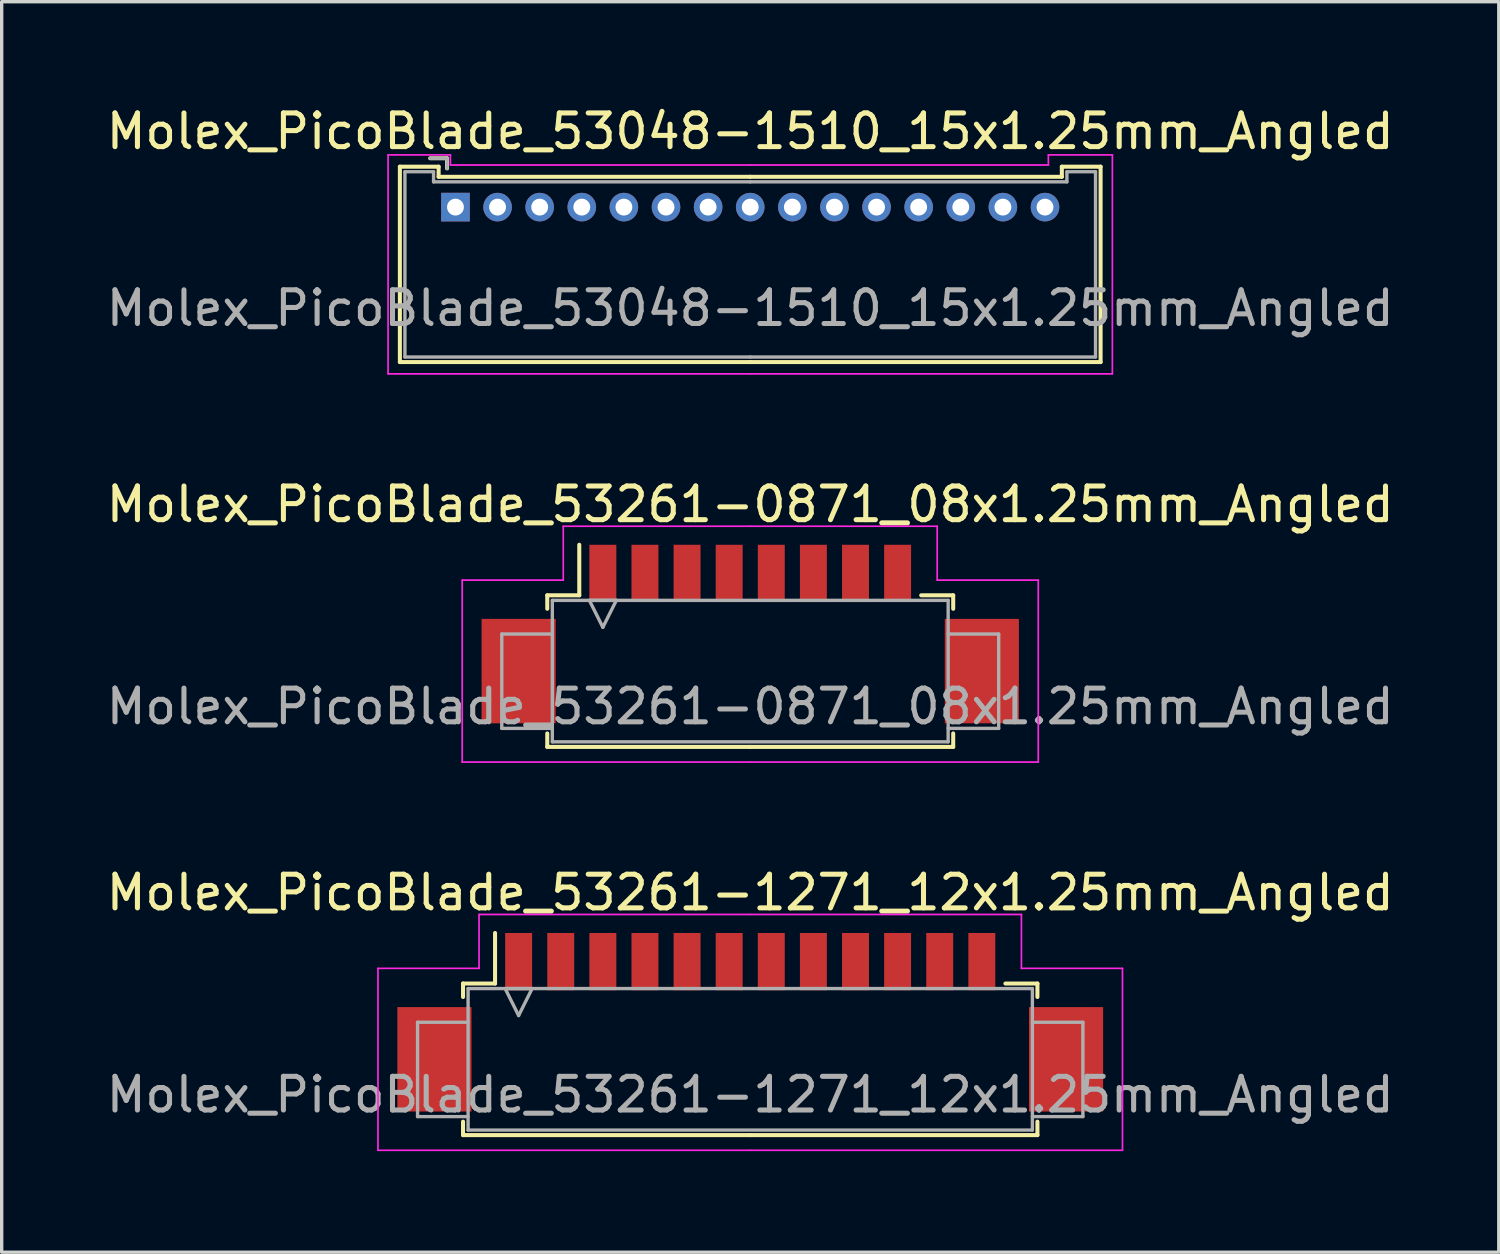
<source format=kicad_pcb>
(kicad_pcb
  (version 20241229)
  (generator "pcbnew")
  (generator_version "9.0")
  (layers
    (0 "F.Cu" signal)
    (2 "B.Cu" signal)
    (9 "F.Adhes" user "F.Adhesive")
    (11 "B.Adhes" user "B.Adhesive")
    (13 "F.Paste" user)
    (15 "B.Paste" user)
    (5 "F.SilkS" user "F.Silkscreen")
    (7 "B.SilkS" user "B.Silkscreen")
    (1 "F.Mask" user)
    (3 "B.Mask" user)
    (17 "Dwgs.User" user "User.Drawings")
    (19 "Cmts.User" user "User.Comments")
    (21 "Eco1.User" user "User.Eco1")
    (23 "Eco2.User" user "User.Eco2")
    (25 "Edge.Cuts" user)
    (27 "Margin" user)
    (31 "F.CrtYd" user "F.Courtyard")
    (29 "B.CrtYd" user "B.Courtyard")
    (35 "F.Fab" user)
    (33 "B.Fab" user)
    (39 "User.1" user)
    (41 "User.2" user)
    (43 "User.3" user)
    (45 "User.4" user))
  (footprint "Molex_PicoBlade_53048-1510_15x1.25mm_Angled"
    (layer "F.Cu")
    (at 10.47 3.098)
    (property "Reference" "Molex_PicoBlade_53048-1510_15x1.25mm_Angled" (at 8.75 -2.25 0) (layer "F.SilkS") (effects (font (size 1 1) (thickness 0.15))))
    (attr through_hole)
    (fp_line (start -1.65 -1.2) (end -1.65 4.6) (stroke (width 0.12) (type solid)) (layer "F.SilkS"))
    (fp_line (start -1.65 4.6) (end 8.75 4.6) (stroke (width 0.12) (type solid)) (layer "F.SilkS"))
    (fp_line (start -0.5 -1.2) (end -1.65 -1.2) (stroke (width 0.12) (type solid)) (layer "F.SilkS"))
    (fp_line (start -0.5 -0.9) (end -0.5 -1.2) (stroke (width 0.12) (type solid)) (layer "F.SilkS"))
    (fp_line (start -0.25 -1.45) (end -0.75 -1.45) (stroke (width 0.12) (type solid)) (layer "F.SilkS"))
    (fp_line (start -0.25 -1.15) (end -0.25 -1.45) (stroke (width 0.12) (type solid)) (layer "F.SilkS"))
    (fp_line (start 8.75 -0.9) (end -0.5 -0.9) (stroke (width 0.12) (type solid)) (layer "F.SilkS"))
    (fp_line (start 8.75 -0.9) (end 18 -0.9) (stroke (width 0.12) (type solid)) (layer "F.SilkS"))
    (fp_line (start 18 -1.2) (end 19.15 -1.2) (stroke (width 0.12) (type solid)) (layer "F.SilkS"))
    (fp_line (start 18 -0.9) (end 18 -1.2) (stroke (width 0.12) (type solid)) (layer "F.SilkS"))
    (fp_line (start 19.15 -1.2) (end 19.15 4.6) (stroke (width 0.12) (type solid)) (layer "F.SilkS"))
    (fp_line (start 19.15 4.6) (end 8.75 4.6) (stroke (width 0.12) (type solid)) (layer "F.SilkS"))
    (fp_line (start -2 -1.55) (end -2 4.95) (stroke (width 0.05) (type solid)) (layer "F.CrtYd"))
    (fp_line (start -2 4.95) (end 8.75 4.95) (stroke (width 0.05) (type solid)) (layer "F.CrtYd"))
    (fp_line (start -0.15 -1.55) (end -2 -1.55) (stroke (width 0.05) (type solid)) (layer "F.CrtYd"))
    (fp_line (start -0.15 -1.25) (end -0.15 -1.55) (stroke (width 0.05) (type solid)) (layer "F.CrtYd"))
    (fp_line (start 8.75 -1.25) (end -0.15 -1.25) (stroke (width 0.05) (type solid)) (layer "F.CrtYd"))
    (fp_line (start 8.75 -1.25) (end 17.6 -1.25) (stroke (width 0.05) (type solid)) (layer "F.CrtYd"))
    (fp_line (start 17.6 -1.55) (end 19.5 -1.55) (stroke (width 0.05) (type solid)) (layer "F.CrtYd"))
    (fp_line (start 17.6 -1.25) (end 17.6 -1.55) (stroke (width 0.05) (type solid)) (layer "F.CrtYd"))
    (fp_line (start 19.5 -1.55) (end 19.5 4.95) (stroke (width 0.05) (type solid)) (layer "F.CrtYd"))
    (fp_line (start 19.5 4.95) (end 8.75 4.95) (stroke (width 0.05) (type solid)) (layer "F.CrtYd"))
    (fp_line (start -1.5 -1.05) (end -1.5 4.45) (stroke (width 0.1) (type solid)) (layer "F.Fab"))
    (fp_line (start -1.5 4.45) (end 8.75 4.45) (stroke (width 0.1) (type solid)) (layer "F.Fab"))
    (fp_line (start -0.65 -1.05) (end -1.5 -1.05) (stroke (width 0.1) (type solid)) (layer "F.Fab"))
    (fp_line (start -0.65 -0.75) (end -0.65 -1.05) (stroke (width 0.1) (type solid)) (layer "F.Fab"))
    (fp_line (start -0.25 -1.45) (end -0.75 -1.45) (stroke (width 0.1) (type solid)) (layer "F.Fab"))
    (fp_line (start -0.25 -1.15) (end -0.25 -1.45) (stroke (width 0.1) (type solid)) (layer "F.Fab"))
    (fp_line (start 8.75 -0.75) (end -0.65 -0.75) (stroke (width 0.1) (type solid)) (layer "F.Fab"))
    (fp_line (start 8.75 -0.75) (end 18.15 -0.75) (stroke (width 0.1) (type solid)) (layer "F.Fab"))
    (fp_line (start 18.15 -1.05) (end 19 -1.05) (stroke (width 0.1) (type solid)) (layer "F.Fab"))
    (fp_line (start 18.15 -0.75) (end 18.15 -1.05) (stroke (width 0.1) (type solid)) (layer "F.Fab"))
    (fp_line (start 19 -1.05) (end 19 4.45) (stroke (width 0.1) (type solid)) (layer "F.Fab"))
    (fp_line (start 19 4.45) (end 8.75 4.45) (stroke (width 0.1) (type solid)) (layer "F.Fab"))
    (fp_text user "${REFERENCE}" (at 8.75 3 0) (layer "F.Fab") (effects (font (size 1 1) (thickness 0.15))))
    (pad "1" thru_hole rect (at 0 0) (size 0.85 0.85) (drill 0.5) (layers "*.Cu" "*.Mask"))
    (pad "2" thru_hole circle (at 1.25 0) (size 0.85 0.85) (drill 0.5) (layers "*.Cu" "*.Mask"))
    (pad "3" thru_hole circle (at 2.5 0) (size 0.85 0.85) (drill 0.5) (layers "*.Cu" "*.Mask"))
    (pad "4" thru_hole circle (at 3.75 0) (size 0.85 0.85) (drill 0.5) (layers "*.Cu" "*.Mask"))
    (pad "5" thru_hole circle (at 5 0) (size 0.85 0.85) (drill 0.5) (layers "*.Cu" "*.Mask"))
    (pad "6" thru_hole circle (at 6.25 0) (size 0.85 0.85) (drill 0.5) (layers "*.Cu" "*.Mask"))
    (pad "7" thru_hole circle (at 7.5 0) (size 0.85 0.85) (drill 0.5) (layers "*.Cu" "*.Mask"))
    (pad "8" thru_hole circle (at 8.75 0) (size 0.85 0.85) (drill 0.5) (layers "*.Cu" "*.Mask"))
    (pad "9" thru_hole circle (at 10 0) (size 0.85 0.85) (drill 0.5) (layers "*.Cu" "*.Mask"))
    (pad "10" thru_hole circle (at 11.25 0) (size 0.85 0.85) (drill 0.5) (layers "*.Cu" "*.Mask"))
    (pad "11" thru_hole circle (at 12.5 0) (size 0.85 0.85) (drill 0.5) (layers "*.Cu" "*.Mask"))
    (pad "12" thru_hole circle (at 13.75 0) (size 0.85 0.85) (drill 0.5) (layers "*.Cu" "*.Mask"))
    (pad "13" thru_hole circle (at 15 0) (size 0.85 0.85) (drill 0.5) (layers "*.Cu" "*.Mask"))
    (pad "14" thru_hole circle (at 16.25 0) (size 0.85 0.85) (drill 0.5) (layers "*.Cu" "*.Mask"))
    (pad "15" thru_hole circle (at 17.5 0) (size 0.85 0.85) (drill 0.5) (layers "*.Cu" "*.Mask")))
  (footprint "Molex_PicoBlade_53261-1271_12x1.25mm_Angled"
    (layer "F.Cu")
    (at 19.22 26.945)
    (property "Reference" "Molex_PicoBlade_53261-1271_12x1.25mm_Angled" (at 0 -3.5 0) (layer "F.SilkS") (effects (font (size 1 1) (thickness 0.15))))
    (attr smd)
    (fp_line (start -8.525 -0.8) (end -8.525 -0.4) (stroke (width 0.12) (type solid)) (layer "F.SilkS"))
    (fp_line (start -8.525 3.3) (end -8.525 3.7) (stroke (width 0.12) (type solid)) (layer "F.SilkS"))
    (fp_line (start -8.525 3.7) (end 0 3.7) (stroke (width 0.12) (type solid)) (layer "F.SilkS"))
    (fp_line (start -7.575 -0.8) (end -8.525 -0.8) (stroke (width 0.12) (type solid)) (layer "F.SilkS"))
    (fp_line (start -7.575 -0.8) (end -7.575 -2.3) (stroke (width 0.12) (type solid)) (layer "F.SilkS"))
    (fp_line (start 7.575 -0.8) (end 8.525 -0.8) (stroke (width 0.12) (type solid)) (layer "F.SilkS"))
    (fp_line (start 8.525 -0.8) (end 8.525 -0.4) (stroke (width 0.12) (type solid)) (layer "F.SilkS"))
    (fp_line (start 8.525 3.3) (end 8.525 3.7) (stroke (width 0.12) (type solid)) (layer "F.SilkS"))
    (fp_line (start 8.525 3.7) (end 0 3.7) (stroke (width 0.12) (type solid)) (layer "F.SilkS"))
    (fp_line (start -11.05 -1.25) (end -11.05 4.15) (stroke (width 0.05) (type solid)) (layer "F.CrtYd"))
    (fp_line (start -11.05 4.15) (end 0 4.15) (stroke (width 0.05) (type solid)) (layer "F.CrtYd"))
    (fp_line (start -8.05 -2.85) (end -8.05 -1.25) (stroke (width 0.05) (type solid)) (layer "F.CrtYd"))
    (fp_line (start -8.05 -1.25) (end -11.05 -1.25) (stroke (width 0.05) (type solid)) (layer "F.CrtYd"))
    (fp_line (start 0 -2.85) (end -8.05 -2.85) (stroke (width 0.05) (type solid)) (layer "F.CrtYd"))
    (fp_line (start 0 -2.85) (end 8.05 -2.85) (stroke (width 0.05) (type solid)) (layer "F.CrtYd"))
    (fp_line (start 8.05 -2.85) (end 8.05 -1.25) (stroke (width 0.05) (type solid)) (layer "F.CrtYd"))
    (fp_line (start 8.05 -1.25) (end 11.05 -1.25) (stroke (width 0.05) (type solid)) (layer "F.CrtYd"))
    (fp_line (start 11.05 -1.25) (end 11.05 4.15) (stroke (width 0.05) (type solid)) (layer "F.CrtYd"))
    (fp_line (start 11.05 4.15) (end 0 4.15) (stroke (width 0.05) (type solid)) (layer "F.CrtYd"))
    (fp_line (start -9.875 0.35) (end -9.875 3.15) (stroke (width 0.1) (type solid)) (layer "F.Fab"))
    (fp_line (start -9.875 3.15) (end -8.375 3.15) (stroke (width 0.1) (type solid)) (layer "F.Fab"))
    (fp_line (start -8.375 -0.65) (end 8.375 -0.65) (stroke (width 0.1) (type solid)) (layer "F.Fab"))
    (fp_line (start -8.375 0.35) (end -9.875 0.35) (stroke (width 0.1) (type solid)) (layer "F.Fab"))
    (fp_line (start -8.375 3.55) (end -8.375 -0.65) (stroke (width 0.1) (type solid)) (layer "F.Fab"))
    (fp_line (start -7.275 -0.65) (end -6.875 0.15) (stroke (width 0.1) (type solid)) (layer "F.Fab"))
    (fp_line (start -6.875 0.15) (end -6.475 -0.65) (stroke (width 0.1) (type solid)) (layer "F.Fab"))
    (fp_line (start -6.475 -0.65) (end -7.275 -0.65) (stroke (width 0.1) (type solid)) (layer "F.Fab"))
    (fp_line (start 8.375 -0.65) (end 8.375 3.55) (stroke (width 0.1) (type solid)) (layer "F.Fab"))
    (fp_line (start 8.375 0.35) (end 9.875 0.35) (stroke (width 0.1) (type solid)) (layer "F.Fab"))
    (fp_line (start 8.375 3.55) (end -8.375 3.55) (stroke (width 0.1) (type solid)) (layer "F.Fab"))
    (fp_line (start 9.875 0.35) (end 9.875 3.15) (stroke (width 0.1) (type solid)) (layer "F.Fab"))
    (fp_line (start 9.875 3.15) (end 8.375 3.15) (stroke (width 0.1) (type solid)) (layer "F.Fab"))
    (fp_text user "${REFERENCE}" (at 0 2.5 0) (layer "F.Fab") (effects (font (size 1 1) (thickness 0.15))))
    (pad "" smd rect (at -9.375 1.45) (size 2.2 3.1) (layers "F.Cu" "F.Mask" "F.Paste"))
    (pad "" smd rect (at 9.375 1.45) (size 2.2 3.1) (layers "F.Cu" "F.Mask" "F.Paste"))
    (pad "1" smd rect (at -6.875 -1.45) (size 0.8 1.7) (layers "F.Cu" "F.Mask" "F.Paste"))
    (pad "2" smd rect (at -5.625 -1.45) (size 0.8 1.7) (layers "F.Cu" "F.Mask" "F.Paste"))
    (pad "3" smd rect (at -4.375 -1.45) (size 0.8 1.7) (layers "F.Cu" "F.Mask" "F.Paste"))
    (pad "4" smd rect (at -3.125 -1.45) (size 0.8 1.7) (layers "F.Cu" "F.Mask" "F.Paste"))
    (pad "5" smd rect (at -1.875 -1.45) (size 0.8 1.7) (layers "F.Cu" "F.Mask" "F.Paste"))
    (pad "6" smd rect (at -0.625 -1.45) (size 0.8 1.7) (layers "F.Cu" "F.Mask" "F.Paste"))
    (pad "7" smd rect (at 0.625 -1.45) (size 0.8 1.7) (layers "F.Cu" "F.Mask" "F.Paste"))
    (pad "8" smd rect (at 1.875 -1.45) (size 0.8 1.7) (layers "F.Cu" "F.Mask" "F.Paste"))
    (pad "9" smd rect (at 3.125 -1.45) (size 0.8 1.7) (layers "F.Cu" "F.Mask" "F.Paste"))
    (pad "10" smd rect (at 4.375 -1.45) (size 0.8 1.7) (layers "F.Cu" "F.Mask" "F.Paste"))
    (pad "11" smd rect (at 5.625 -1.45) (size 0.8 1.7) (layers "F.Cu" "F.Mask" "F.Paste"))
    (pad "12" smd rect (at 6.875 -1.45) (size 0.8 1.7) (layers "F.Cu" "F.Mask" "F.Paste")))
  (footprint "Molex_PicoBlade_53261-0871_08x1.25mm_Angled"
    (layer "F.Cu")
    (at 19.22 15.421)
    (property "Reference" "Molex_PicoBlade_53261-0871_08x1.25mm_Angled" (at 0 -3.5 0) (layer "F.SilkS") (effects (font (size 1 1) (thickness 0.15))))
    (attr smd)
    (fp_line (start -6.025 -0.8) (end -6.025 -0.4) (stroke (width 0.12) (type solid)) (layer "F.SilkS"))
    (fp_line (start -6.025 3.3) (end -6.025 3.7) (stroke (width 0.12) (type solid)) (layer "F.SilkS"))
    (fp_line (start -6.025 3.7) (end 0 3.7) (stroke (width 0.12) (type solid)) (layer "F.SilkS"))
    (fp_line (start -5.075 -0.8) (end -6.025 -0.8) (stroke (width 0.12) (type solid)) (layer "F.SilkS"))
    (fp_line (start -5.075 -0.8) (end -5.075 -2.3) (stroke (width 0.12) (type solid)) (layer "F.SilkS"))
    (fp_line (start 5.075 -0.8) (end 6.025 -0.8) (stroke (width 0.12) (type solid)) (layer "F.SilkS"))
    (fp_line (start 6.025 -0.8) (end 6.025 -0.4) (stroke (width 0.12) (type solid)) (layer "F.SilkS"))
    (fp_line (start 6.025 3.3) (end 6.025 3.7) (stroke (width 0.12) (type solid)) (layer "F.SilkS"))
    (fp_line (start 6.025 3.7) (end 0 3.7) (stroke (width 0.12) (type solid)) (layer "F.SilkS"))
    (fp_line (start -8.55 -1.25) (end -8.55 4.15) (stroke (width 0.05) (type solid)) (layer "F.CrtYd"))
    (fp_line (start -8.55 4.15) (end 0 4.15) (stroke (width 0.05) (type solid)) (layer "F.CrtYd"))
    (fp_line (start -5.55 -2.85) (end -5.55 -1.25) (stroke (width 0.05) (type solid)) (layer "F.CrtYd"))
    (fp_line (start -5.55 -1.25) (end -8.55 -1.25) (stroke (width 0.05) (type solid)) (layer "F.CrtYd"))
    (fp_line (start 0 -2.85) (end -5.55 -2.85) (stroke (width 0.05) (type solid)) (layer "F.CrtYd"))
    (fp_line (start 0 -2.85) (end 5.55 -2.85) (stroke (width 0.05) (type solid)) (layer "F.CrtYd"))
    (fp_line (start 5.55 -2.85) (end 5.55 -1.25) (stroke (width 0.05) (type solid)) (layer "F.CrtYd"))
    (fp_line (start 5.55 -1.25) (end 8.55 -1.25) (stroke (width 0.05) (type solid)) (layer "F.CrtYd"))
    (fp_line (start 8.55 -1.25) (end 8.55 4.15) (stroke (width 0.05) (type solid)) (layer "F.CrtYd"))
    (fp_line (start 8.55 4.15) (end 0 4.15) (stroke (width 0.05) (type solid)) (layer "F.CrtYd"))
    (fp_line (start -7.375 0.35) (end -7.375 3.15) (stroke (width 0.1) (type solid)) (layer "F.Fab"))
    (fp_line (start -7.375 3.15) (end -5.875 3.15) (stroke (width 0.1) (type solid)) (layer "F.Fab"))
    (fp_line (start -5.875 -0.65) (end 5.875 -0.65) (stroke (width 0.1) (type solid)) (layer "F.Fab"))
    (fp_line (start -5.875 0.35) (end -7.375 0.35) (stroke (width 0.1) (type solid)) (layer "F.Fab"))
    (fp_line (start -5.875 3.55) (end -5.875 -0.65) (stroke (width 0.1) (type solid)) (layer "F.Fab"))
    (fp_line (start -4.775 -0.65) (end -4.375 0.15) (stroke (width 0.1) (type solid)) (layer "F.Fab"))
    (fp_line (start -4.375 0.15) (end -3.975 -0.65) (stroke (width 0.1) (type solid)) (layer "F.Fab"))
    (fp_line (start -3.975 -0.65) (end -4.775 -0.65) (stroke (width 0.1) (type solid)) (layer "F.Fab"))
    (fp_line (start 5.875 -0.65) (end 5.875 3.55) (stroke (width 0.1) (type solid)) (layer "F.Fab"))
    (fp_line (start 5.875 0.35) (end 7.375 0.35) (stroke (width 0.1) (type solid)) (layer "F.Fab"))
    (fp_line (start 5.875 3.55) (end -5.875 3.55) (stroke (width 0.1) (type solid)) (layer "F.Fab"))
    (fp_line (start 7.375 0.35) (end 7.375 3.15) (stroke (width 0.1) (type solid)) (layer "F.Fab"))
    (fp_line (start 7.375 3.15) (end 5.875 3.15) (stroke (width 0.1) (type solid)) (layer "F.Fab"))
    (fp_text user "${REFERENCE}" (at 0 2.5 0) (layer "F.Fab") (effects (font (size 1 1) (thickness 0.15))))
    (pad "" smd rect (at -6.875 1.45) (size 2.2 3.1) (layers "F.Cu" "F.Mask" "F.Paste"))
    (pad "" smd rect (at 6.875 1.45) (size 2.2 3.1) (layers "F.Cu" "F.Mask" "F.Paste"))
    (pad "1" smd rect (at -4.375 -1.45) (size 0.8 1.7) (layers "F.Cu" "F.Mask" "F.Paste"))
    (pad "2" smd rect (at -3.125 -1.45) (size 0.8 1.7) (layers "F.Cu" "F.Mask" "F.Paste"))
    (pad "3" smd rect (at -1.875 -1.45) (size 0.8 1.7) (layers "F.Cu" "F.Mask" "F.Paste"))
    (pad "4" smd rect (at -0.625 -1.45) (size 0.8 1.7) (layers "F.Cu" "F.Mask" "F.Paste"))
    (pad "5" smd rect (at 0.625 -1.45) (size 0.8 1.7) (layers "F.Cu" "F.Mask" "F.Paste"))
    (pad "6" smd rect (at 1.875 -1.45) (size 0.8 1.7) (layers "F.Cu" "F.Mask" "F.Paste"))
    (pad "7" smd rect (at 3.125 -1.45) (size 0.8 1.7) (layers "F.Cu" "F.Mask" "F.Paste"))
    (pad "8" smd rect (at 4.375 -1.45) (size 0.8 1.7) (layers "F.Cu" "F.Mask" "F.Paste")))
  (gr_rect
    (start -3 -3)
    (end 41.44 34.12)
    (stroke (width 0.1) (type default))
    (fill no)
    (layer "Edge.Cuts")))
</source>
